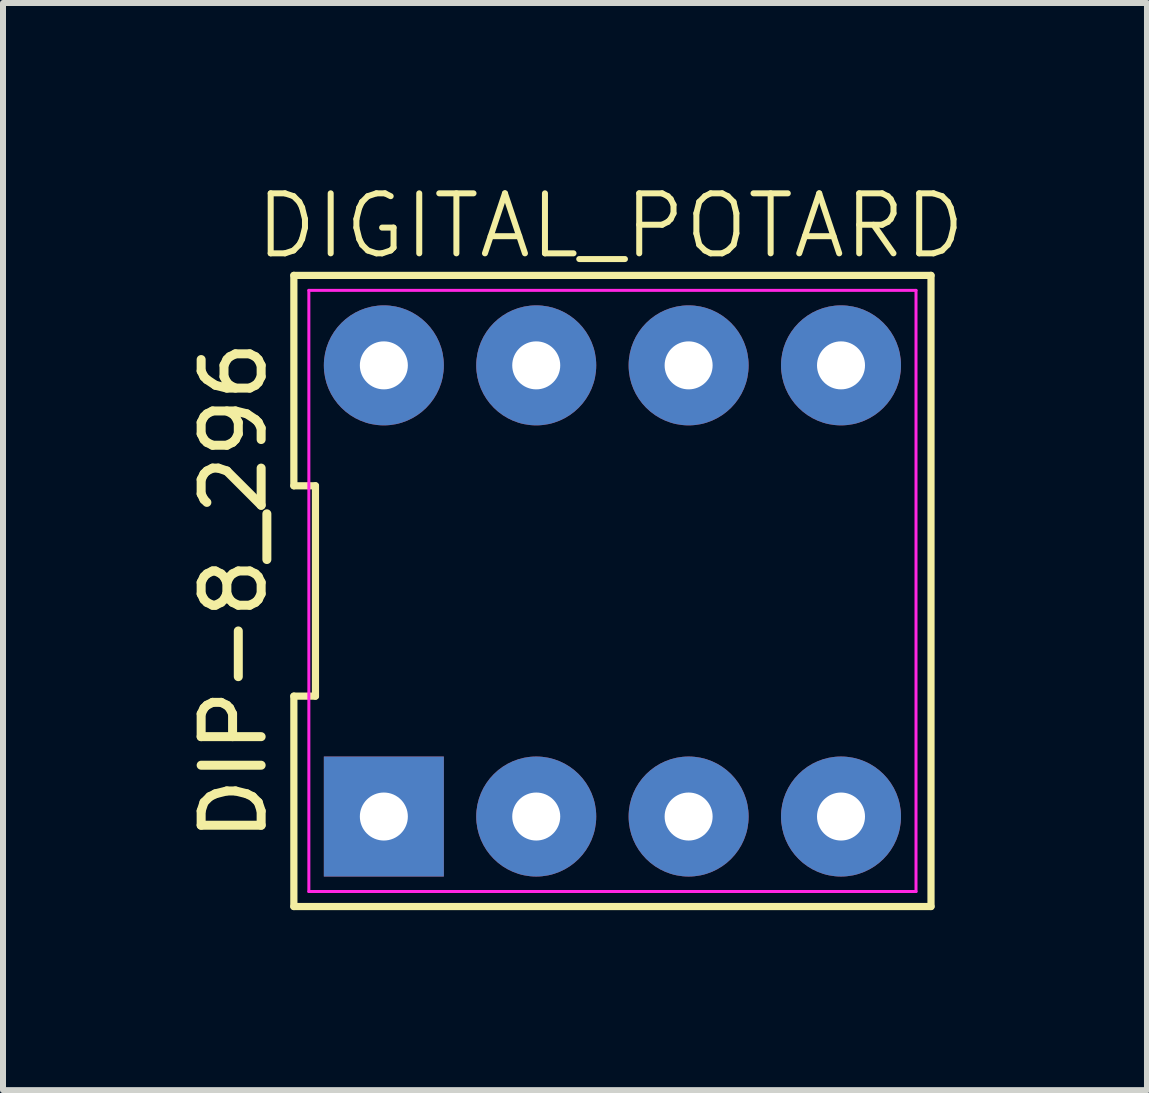
<source format=kicad_pcb>
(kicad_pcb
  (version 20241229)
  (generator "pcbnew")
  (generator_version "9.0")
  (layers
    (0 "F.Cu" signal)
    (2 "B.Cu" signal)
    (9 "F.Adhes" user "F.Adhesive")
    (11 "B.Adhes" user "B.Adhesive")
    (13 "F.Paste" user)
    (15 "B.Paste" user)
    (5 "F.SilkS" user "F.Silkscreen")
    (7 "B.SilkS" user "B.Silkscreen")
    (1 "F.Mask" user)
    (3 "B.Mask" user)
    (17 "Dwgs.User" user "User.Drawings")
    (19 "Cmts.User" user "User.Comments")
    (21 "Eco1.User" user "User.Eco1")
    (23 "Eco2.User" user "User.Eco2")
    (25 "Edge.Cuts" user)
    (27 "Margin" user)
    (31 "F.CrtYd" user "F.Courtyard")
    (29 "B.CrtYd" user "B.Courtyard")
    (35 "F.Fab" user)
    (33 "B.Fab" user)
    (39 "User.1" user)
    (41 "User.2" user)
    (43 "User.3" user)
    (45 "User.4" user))
  (footprint "DIP-8_296"
    (layer "F.Cu")
    (at 7.158 6.8)
    (property "Reference" "DIP-8_296" (at -6.31 0 90) (layer "F.SilkS") (effects (font (size 1 1) (thickness 0.15))))
    (attr through_hole)
    (fp_line (start -5.31 -5.26) (end -5.31 -1.753) (stroke (width 0.12) (type default)) (layer "F.SilkS"))
    (fp_line (start -5.31 -1.753) (end -4.95 -1.753) (stroke (width 0.12) (type default)) (layer "F.SilkS"))
    (fp_line (start -5.31 1.753) (end -5.31 5.26) (stroke (width 0.12) (type default)) (layer "F.SilkS"))
    (fp_line (start -5.31 5.26) (end 5.31 5.26) (stroke (width 0.12) (type default)) (layer "F.SilkS"))
    (fp_line (start -4.95 -1.753) (end -4.95 1.753) (stroke (width 0.12) (type default)) (layer "F.SilkS"))
    (fp_line (start -4.95 1.753) (end -5.31 1.753) (stroke (width 0.12) (type default)) (layer "F.SilkS"))
    (fp_line (start 5.31 -5.26) (end -5.31 -5.26) (stroke (width 0.12) (type default)) (layer "F.SilkS"))
    (fp_line (start 5.31 5.26) (end 5.31 -5.26) (stroke (width 0.12) (type default)) (layer "F.SilkS"))
    (fp_line (start -5.06 -5.01) (end 5.06 -5.01) (stroke (width 0.05) (type default)) (layer "F.CrtYd"))
    (fp_line (start -5.06 5.01) (end -5.06 -5.01) (stroke (width 0.05) (type default)) (layer "F.CrtYd"))
    (fp_line (start 5.06 -5.01) (end 5.06 5.01) (stroke (width 0.05) (type default)) (layer "F.CrtYd"))
    (fp_line (start 5.06 5.01) (end -5.06 5.01) (stroke (width 0.05) (type default)) (layer "F.CrtYd"))
    (fp_text user "DIGITAL_POTARD" (at -6 -5.5 0) (unlocked yes) (layer "F.SilkS") (effects (font (size 1 1) (thickness 0.1)) (justify left bottom)))
    (pad "1" thru_hole rect (at -3.81 3.76) (size 2 2) (drill 0.8) (layers "*.Cu" "*.Mask"))
    (pad "2" thru_hole circle (at -1.27 3.76) (size 2 2) (drill 0.8) (layers "*.Cu" "*.Mask"))
    (pad "3" thru_hole circle (at 1.27 3.76) (size 2 2) (drill 0.8) (layers "*.Cu" "*.Mask"))
    (pad "4" thru_hole circle (at 3.81 3.76) (size 2 2) (drill 0.8) (layers "*.Cu" "*.Mask"))
    (pad "5" thru_hole circle (at 3.81 -3.76) (size 2 2) (drill 0.8) (layers "*.Cu" "*.Mask"))
    (pad "6" thru_hole circle (at 1.27 -3.76) (size 2 2) (drill 0.8) (layers "*.Cu" "*.Mask"))
    (pad "7" thru_hole circle (at -1.27 -3.76) (size 2 2) (drill 0.8) (layers "*.Cu" "*.Mask"))
    (pad "8" thru_hole circle (at -3.81 -3.76) (size 2 2) (drill 0.8) (layers "*.Cu" "*.Mask")))
  (gr_rect
    (start -3 -3)
    (end 16.068 15.12)
    (stroke (width 0.1) (type default))
    (fill no)
    (layer "Edge.Cuts")))
</source>
